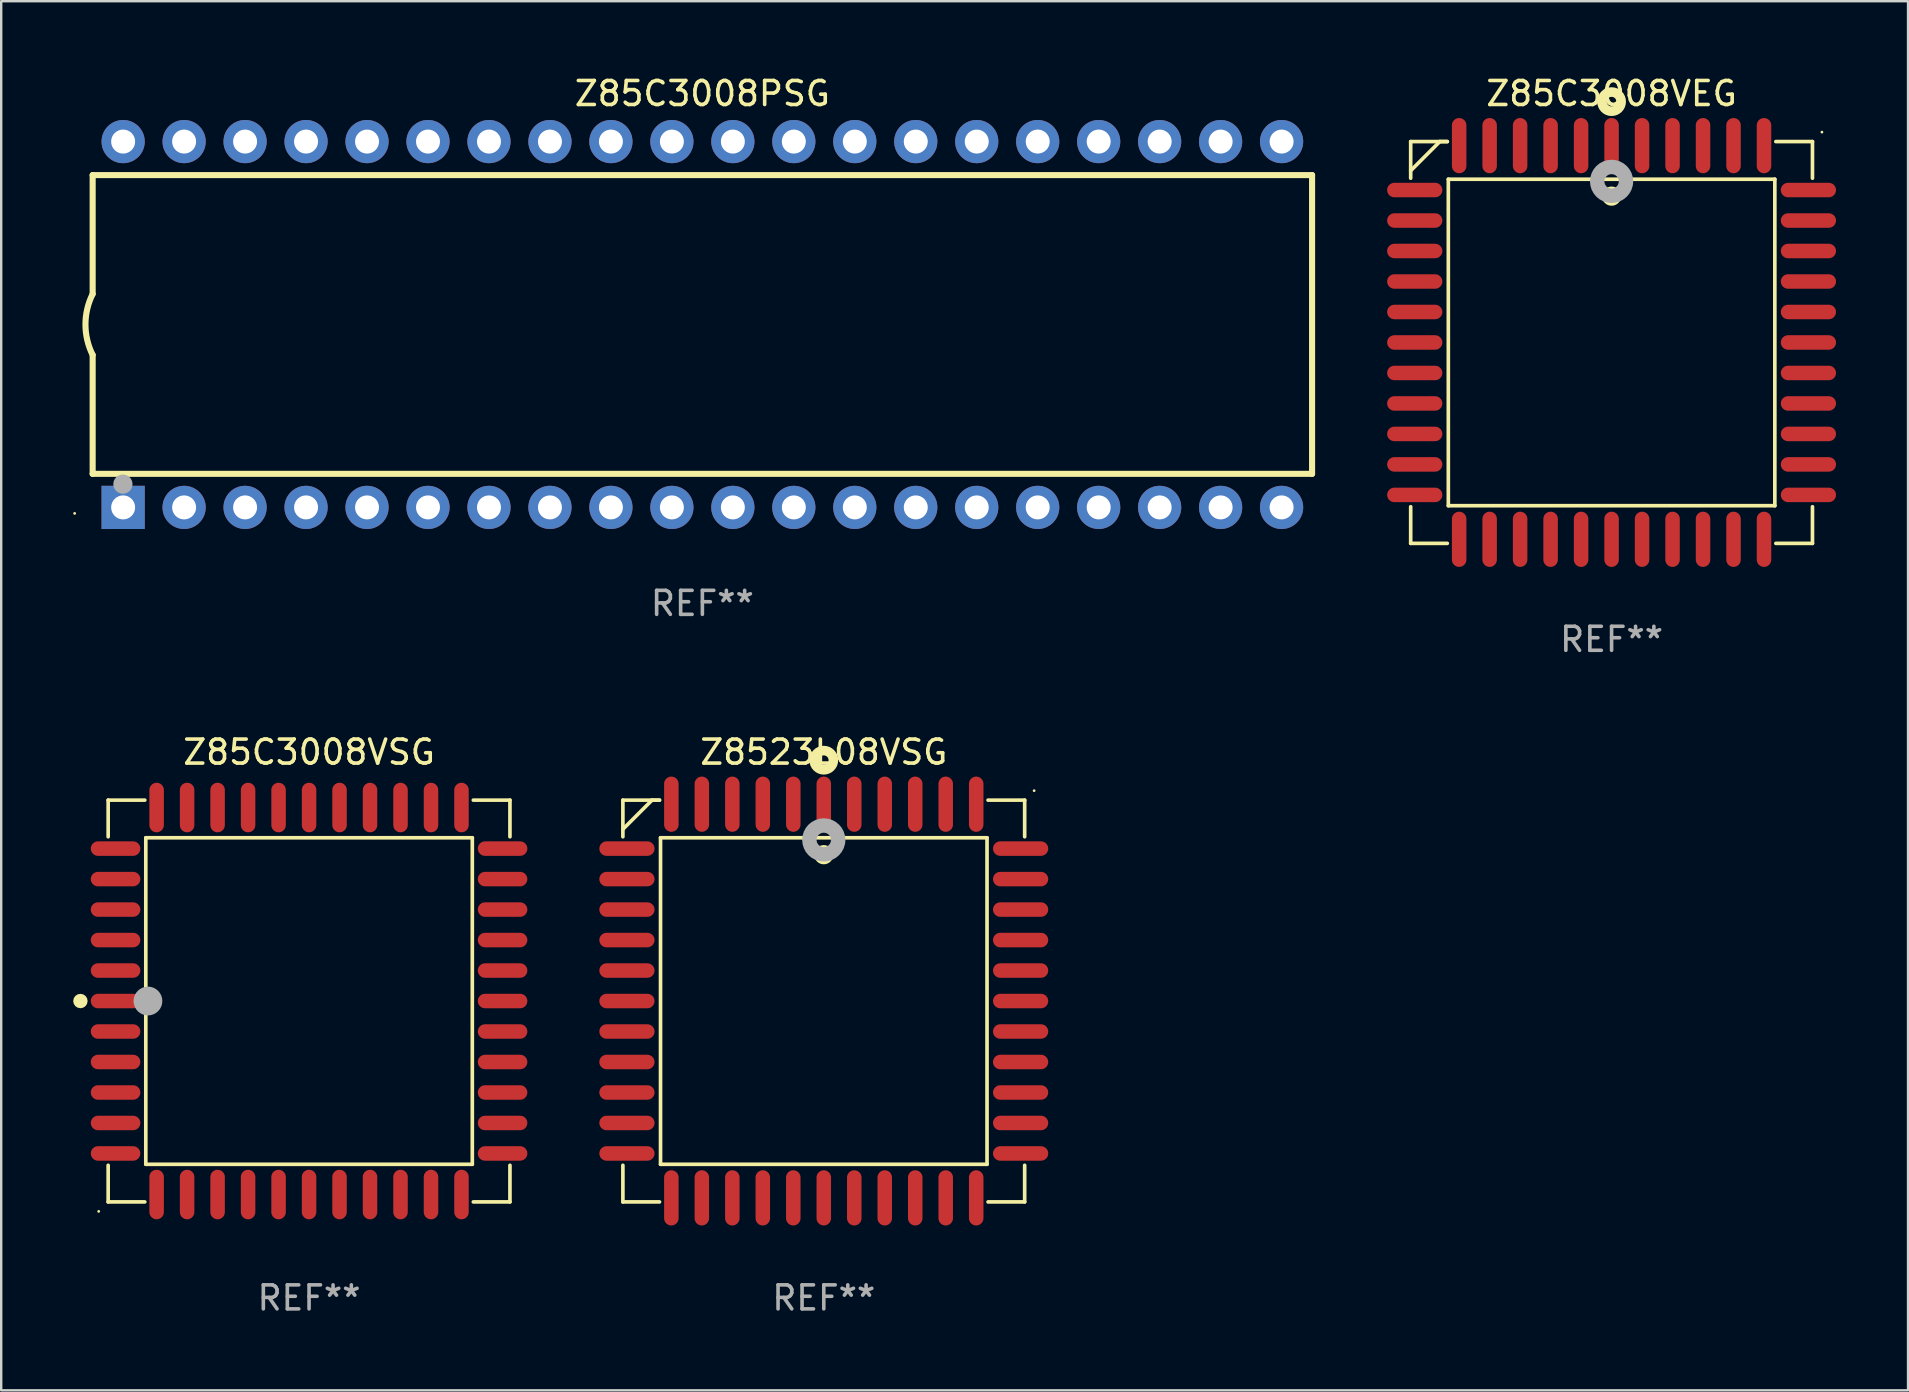
<source format=kicad_pcb>
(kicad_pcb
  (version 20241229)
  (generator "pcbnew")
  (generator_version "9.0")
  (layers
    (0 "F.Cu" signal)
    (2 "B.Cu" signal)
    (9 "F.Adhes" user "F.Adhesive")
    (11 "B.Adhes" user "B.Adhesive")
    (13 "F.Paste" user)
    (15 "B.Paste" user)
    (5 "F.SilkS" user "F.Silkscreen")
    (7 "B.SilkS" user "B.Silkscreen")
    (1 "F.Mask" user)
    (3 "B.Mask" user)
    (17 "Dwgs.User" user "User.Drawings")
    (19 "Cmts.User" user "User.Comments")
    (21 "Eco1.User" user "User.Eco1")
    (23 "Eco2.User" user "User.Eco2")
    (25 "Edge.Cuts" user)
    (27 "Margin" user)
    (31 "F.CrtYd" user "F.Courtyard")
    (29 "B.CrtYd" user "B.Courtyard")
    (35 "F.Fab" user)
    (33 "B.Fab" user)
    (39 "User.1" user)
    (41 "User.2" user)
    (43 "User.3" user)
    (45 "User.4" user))
  (footprint "Z85C3008PSG"
    (layer "F.Cu")
    (at 26.21 10.468)
    (property "Reference" "Z85C3008PSG" (at 0 -9.62 0) (layer "F.SilkS") (effects (font (size 1 1) (thickness 0.15))))
    (attr through_hole)
    (fp_line (start -25.4 -6.224) (end -25.4 -1.271) (stroke (width 0.254) (type solid)) (layer "F.SilkS"))
    (fp_line (start -25.4 -6.224) (end 25.4 -6.224) (stroke (width 0.254) (type solid)) (layer "F.SilkS"))
    (fp_line (start -25.4 1.269) (end -25.4 6.222) (stroke (width 0.254) (type solid)) (layer "F.SilkS"))
    (fp_line (start -25.4 6.222) (end 25.4 6.222) (stroke (width 0.254) (type solid)) (layer "F.SilkS"))
    (fp_line (start 25.4 6.222) (end 25.4 -6.224) (stroke (width 0.254) (type solid)) (layer "F.SilkS"))
    (fp_arc (start -25.4 1.269241) (mid -25.699807 -0.000762) (end -25.4 -1.270765) (stroke (width 0.254001) (type solid)) (layer "F.SilkS"))
    (fp_circle (center -26.15 7.87) (end -26.12 7.87) (stroke (width 0.06) (type solid)) (fill no) (layer "F.SilkS"))
    (fp_circle (center -24.14 6.65) (end -23.94 6.65) (stroke (width 0.4) (type solid)) (fill no) (layer "F.Fab"))
    (fp_text user "REF**" (at 0 11.62 0) (layer "F.Fab") (effects (font (size 1 1) (thickness 0.15))))
    (pad "1" thru_hole rect (at -24.13 7.62 90) (size 1.8 1.8) (drill 1) (layers "*.Cu" "*.Mask"))
    (pad "2" thru_hole circle (at -21.59 7.62) (size 1.8 1.8) (drill 1) (layers "*.Cu" "*.Mask"))
    (pad "3" thru_hole circle (at -19.05 7.62) (size 1.8 1.8) (drill 1) (layers "*.Cu" "*.Mask"))
    (pad "4" thru_hole circle (at -16.51 7.62) (size 1.8 1.8) (drill 1) (layers "*.Cu" "*.Mask"))
    (pad "5" thru_hole circle (at -13.97 7.62) (size 1.8 1.8) (drill 1) (layers "*.Cu" "*.Mask"))
    (pad "6" thru_hole circle (at -11.43 7.62) (size 1.8 1.8) (drill 1) (layers "*.Cu" "*.Mask"))
    (pad "7" thru_hole circle (at -8.89 7.62) (size 1.8 1.8) (drill 1) (layers "*.Cu" "*.Mask"))
    (pad "8" thru_hole circle (at -6.35 7.62) (size 1.8 1.8) (drill 1) (layers "*.Cu" "*.Mask"))
    (pad "9" thru_hole circle (at -3.81 7.62) (size 1.8 1.8) (drill 1) (layers "*.Cu" "*.Mask"))
    (pad "10" thru_hole circle (at -1.27 7.62) (size 1.8 1.8) (drill 1) (layers "*.Cu" "*.Mask"))
    (pad "11" thru_hole circle (at 1.27 7.62) (size 1.8 1.8) (drill 1) (layers "*.Cu" "*.Mask"))
    (pad "12" thru_hole circle (at 3.81 7.62) (size 1.8 1.8) (drill 1) (layers "*.Cu" "*.Mask"))
    (pad "13" thru_hole circle (at 6.35 7.62) (size 1.8 1.8) (drill 1) (layers "*.Cu" "*.Mask"))
    (pad "14" thru_hole circle (at 8.89 7.62) (size 1.8 1.8) (drill 1) (layers "*.Cu" "*.Mask"))
    (pad "15" thru_hole circle (at 11.43 7.62) (size 1.8 1.8) (drill 1) (layers "*.Cu" "*.Mask"))
    (pad "16" thru_hole circle (at 13.97 7.62) (size 1.8 1.8) (drill 1) (layers "*.Cu" "*.Mask"))
    (pad "17" thru_hole circle (at 16.51 7.62) (size 1.8 1.8) (drill 1) (layers "*.Cu" "*.Mask"))
    (pad "18" thru_hole circle (at 19.05 7.62) (size 1.8 1.8) (drill 1) (layers "*.Cu" "*.Mask"))
    (pad "19" thru_hole circle (at 21.59 7.62) (size 1.8 1.8) (drill 1) (layers "*.Cu" "*.Mask"))
    (pad "20" thru_hole circle (at 24.13 7.62) (size 1.8 1.8) (drill 1) (layers "*.Cu" "*.Mask"))
    (pad "21" thru_hole circle (at 24.13 -7.62) (size 1.8 1.8) (drill 1) (layers "*.Cu" "*.Mask"))
    (pad "22" thru_hole circle (at 21.59 -7.62) (size 1.8 1.8) (drill 1) (layers "*.Cu" "*.Mask"))
    (pad "23" thru_hole circle (at 19.05 -7.62) (size 1.8 1.8) (drill 1) (layers "*.Cu" "*.Mask"))
    (pad "24" thru_hole circle (at 16.51 -7.62) (size 1.8 1.8) (drill 1) (layers "*.Cu" "*.Mask"))
    (pad "25" thru_hole circle (at 13.97 -7.62) (size 1.8 1.8) (drill 1) (layers "*.Cu" "*.Mask"))
    (pad "26" thru_hole circle (at 11.43 -7.62) (size 1.8 1.8) (drill 1) (layers "*.Cu" "*.Mask"))
    (pad "27" thru_hole circle (at 8.89 -7.62) (size 1.8 1.8) (drill 1) (layers "*.Cu" "*.Mask"))
    (pad "28" thru_hole circle (at 6.35 -7.62) (size 1.8 1.8) (drill 1) (layers "*.Cu" "*.Mask"))
    (pad "29" thru_hole circle (at 3.81 -7.62) (size 1.8 1.8) (drill 1) (layers "*.Cu" "*.Mask"))
    (pad "30" thru_hole circle (at 1.27 -7.62) (size 1.8 1.8) (drill 1) (layers "*.Cu" "*.Mask"))
    (pad "31" thru_hole circle (at -1.27 -7.62) (size 1.8 1.8) (drill 1) (layers "*.Cu" "*.Mask"))
    (pad "32" thru_hole circle (at -3.81 -7.62) (size 1.8 1.8) (drill 1) (layers "*.Cu" "*.Mask"))
    (pad "33" thru_hole circle (at -6.35 -7.62) (size 1.8 1.8) (drill 1) (layers "*.Cu" "*.Mask"))
    (pad "34" thru_hole circle (at -8.89 -7.62) (size 1.8 1.8) (drill 1) (layers "*.Cu" "*.Mask"))
    (pad "35" thru_hole circle (at -11.43 -7.62) (size 1.8 1.8) (drill 1) (layers "*.Cu" "*.Mask"))
    (pad "36" thru_hole circle (at -13.97 -7.62) (size 1.8 1.8) (drill 1) (layers "*.Cu" "*.Mask"))
    (pad "37" thru_hole circle (at -16.51 -7.62) (size 1.8 1.8) (drill 1) (layers "*.Cu" "*.Mask"))
    (pad "38" thru_hole circle (at -19.05 -7.62) (size 1.8 1.8) (drill 1) (layers "*.Cu" "*.Mask"))
    (pad "39" thru_hole circle (at -21.59 -7.62) (size 1.8 1.8) (drill 1) (layers "*.Cu" "*.Mask"))
    (pad "40" thru_hole circle (at -24.13 -7.62) (size 1.8 1.8) (drill 1) (layers "*.Cu" "*.Mask")))
  (footprint "Z85C3008VEG"
    (layer "F.Cu")
    (at 64.087 11.217)
    (property "Reference" "Z85C3008VEG" (at 0 -10.369 0) (layer "F.SilkS") (effects (font (size 1 1) (thickness 0.15))))
    (attr through_hole)
    (fp_line (start -8.369 -8.369) (end -8.369 -6.843) (stroke (width 0.152) (type solid)) (layer "F.SilkS"))
    (fp_line (start -8.369 8.369) (end -8.369 6.843) (stroke (width 0.152) (type solid)) (layer "F.SilkS"))
    (fp_line (start -7.156 -8.369) (end -8.369 -7.156) (stroke (width 0.152) (type solid)) (layer "F.SilkS"))
    (fp_line (start -6.843 -8.369) (end -8.369 -8.369) (stroke (width 0.152) (type solid)) (layer "F.SilkS"))
    (fp_line (start -6.843 -8.369) (end -7.156 -8.369) (stroke (width 0.152) (type solid)) (layer "F.SilkS"))
    (fp_line (start -6.843 8.369) (end -8.369 8.369) (stroke (width 0.152) (type solid)) (layer "F.SilkS"))
    (fp_line (start -6.801 -6.801) (end 6.801 -6.801) (stroke (width 0.152) (type solid)) (layer "F.SilkS"))
    (fp_line (start -6.801 6.801) (end -6.801 -6.801) (stroke (width 0.152) (type solid)) (layer "F.SilkS"))
    (fp_line (start 6.801 -6.801) (end 6.801 6.801) (stroke (width 0.152) (type solid)) (layer "F.SilkS"))
    (fp_line (start 6.801 6.801) (end -6.801 6.801) (stroke (width 0.152) (type solid)) (layer "F.SilkS"))
    (fp_line (start 6.843 -8.369) (end 8.369 -8.369) (stroke (width 0.152) (type solid)) (layer "F.SilkS"))
    (fp_line (start 6.843 8.369) (end 8.369 8.369) (stroke (width 0.152) (type solid)) (layer "F.SilkS"))
    (fp_line (start 8.369 -8.369) (end 8.369 -6.843) (stroke (width 0.152) (type solid)) (layer "F.SilkS"))
    (fp_line (start 8.369 8.369) (end 8.369 6.843) (stroke (width 0.152) (type solid)) (layer "F.SilkS"))
    (fp_circle (center -0.000013 -6.096) (end 0.2 -6.096) (stroke (width 0.4) (type solid)) (fill no) (layer "F.SilkS"))
    (fp_circle (center 0.000114 -10.033) (end 0.2 -10.033) (stroke (width 0.4) (type solid)) (fill no) (layer "F.SilkS"))
    (fp_circle (center 8.763 -8.763) (end 8.793 -8.763) (stroke (width 0.06) (type solid)) (fill no) (layer "F.SilkS"))
    (fp_circle (center 0.000114 -6.712) (end 0.3 -6.712) (stroke (width 0.6) (type solid)) (fill no) (layer "F.Fab"))
    (fp_text user "REF**" (at 0 12.369 0) (layer "F.Fab") (effects (font (size 1 1) (thickness 0.15))))
    (pad "1" smd oval (at 0.000114 -8.2) (size 0.604 2.3) (layers "F.Cu" "F.Mask" "F.Paste"))
    (pad "2" smd oval (at -1.27 -8.2) (size 0.604 2.3) (layers "F.Cu" "F.Mask" "F.Paste"))
    (pad "3" smd oval (at -2.54 -8.2) (size 0.604 2.3) (layers "F.Cu" "F.Mask" "F.Paste"))
    (pad "4" smd oval (at -3.81 -8.2) (size 0.604 2.3) (layers "F.Cu" "F.Mask" "F.Paste"))
    (pad "5" smd oval (at -5.08 -8.2) (size 0.604 2.3) (layers "F.Cu" "F.Mask" "F.Paste"))
    (pad "6" smd oval (at -6.35 -8.2) (size 0.604 2.3) (layers "F.Cu" "F.Mask" "F.Paste"))
    (pad "7" smd oval (at -8.2 -6.35) (size 2.3 0.604) (layers "F.Cu" "F.Mask" "F.Paste"))
    (pad "8" smd oval (at -8.2 -5.08) (size 2.3 0.604) (layers "F.Cu" "F.Mask" "F.Paste"))
    (pad "9" smd oval (at -8.2 -3.81) (size 2.3 0.604) (layers "F.Cu" "F.Mask" "F.Paste"))
    (pad "10" smd oval (at -8.2 -2.54) (size 2.3 0.604) (layers "F.Cu" "F.Mask" "F.Paste"))
    (pad "11" smd oval (at -8.2 -1.27) (size 2.3 0.604) (layers "F.Cu" "F.Mask" "F.Paste"))
    (pad "12" smd oval (at -8.2 0.000127) (size 2.3 0.604) (layers "F.Cu" "F.Mask" "F.Paste"))
    (pad "13" smd oval (at -8.2 1.27) (size 2.3 0.604) (layers "F.Cu" "F.Mask" "F.Paste"))
    (pad "14" smd oval (at -8.2 2.54) (size 2.3 0.604) (layers "F.Cu" "F.Mask" "F.Paste"))
    (pad "15" smd oval (at -8.2 3.81) (size 2.3 0.604) (layers "F.Cu" "F.Mask" "F.Paste"))
    (pad "16" smd oval (at -8.2 5.08) (size 2.3 0.604) (layers "F.Cu" "F.Mask" "F.Paste"))
    (pad "17" smd oval (at -8.2 6.35) (size 2.3 0.604) (layers "F.Cu" "F.Mask" "F.Paste"))
    (pad "18" smd oval (at -6.35 8.2) (size 0.604 2.3) (layers "F.Cu" "F.Mask" "F.Paste"))
    (pad "19" smd oval (at -5.08 8.2) (size 0.604 2.3) (layers "F.Cu" "F.Mask" "F.Paste"))
    (pad "20" smd oval (at -3.81 8.2) (size 0.604 2.3) (layers "F.Cu" "F.Mask" "F.Paste"))
    (pad "21" smd oval (at -2.54 8.2) (size 0.604 2.3) (layers "F.Cu" "F.Mask" "F.Paste"))
    (pad "22" smd oval (at -1.27 8.2) (size 0.604 2.3) (layers "F.Cu" "F.Mask" "F.Paste"))
    (pad "23" smd oval (at 0.000114 8.2) (size 0.604 2.3) (layers "F.Cu" "F.Mask" "F.Paste"))
    (pad "24" smd oval (at 1.27 8.2) (size 0.604 2.3) (layers "F.Cu" "F.Mask" "F.Paste"))
    (pad "25" smd oval (at 2.54 8.2) (size 0.604 2.3) (layers "F.Cu" "F.Mask" "F.Paste"))
    (pad "26" smd oval (at 3.81 8.2) (size 0.604 2.3) (layers "F.Cu" "F.Mask" "F.Paste"))
    (pad "27" smd oval (at 5.08 8.2) (size 0.604 2.3) (layers "F.Cu" "F.Mask" "F.Paste"))
    (pad "28" smd oval (at 6.35 8.2) (size 0.604 2.3) (layers "F.Cu" "F.Mask" "F.Paste"))
    (pad "29" smd oval (at 8.2 6.35) (size 2.3 0.604) (layers "F.Cu" "F.Mask" "F.Paste"))
    (pad "30" smd oval (at 8.2 5.08) (size 2.3 0.604) (layers "F.Cu" "F.Mask" "F.Paste"))
    (pad "31" smd oval (at 8.2 3.81) (size 2.3 0.604) (layers "F.Cu" "F.Mask" "F.Paste"))
    (pad "32" smd oval (at 8.2 2.54) (size 2.3 0.604) (layers "F.Cu" "F.Mask" "F.Paste"))
    (pad "33" smd oval (at 8.2 1.27) (size 2.3 0.604) (layers "F.Cu" "F.Mask" "F.Paste"))
    (pad "34" smd oval (at 8.2 0.000127) (size 2.3 0.604) (layers "F.Cu" "F.Mask" "F.Paste"))
    (pad "35" smd oval (at 8.2 -1.27) (size 2.3 0.604) (layers "F.Cu" "F.Mask" "F.Paste"))
    (pad "36" smd oval (at 8.2 -2.54) (size 2.3 0.604) (layers "F.Cu" "F.Mask" "F.Paste"))
    (pad "37" smd oval (at 8.2 -3.81) (size 2.3 0.604) (layers "F.Cu" "F.Mask" "F.Paste"))
    (pad "38" smd oval (at 8.2 -5.08) (size 2.3 0.604) (layers "F.Cu" "F.Mask" "F.Paste"))
    (pad "39" smd oval (at 8.2 -6.35) (size 2.3 0.604) (layers "F.Cu" "F.Mask" "F.Paste"))
    (pad "40" smd oval (at 6.35 -8.2) (size 0.604 2.3) (layers "F.Cu" "F.Mask" "F.Paste"))
    (pad "41" smd oval (at 5.08 -8.2) (size 0.604 2.3) (layers "F.Cu" "F.Mask" "F.Paste"))
    (pad "42" smd oval (at 3.81 -8.2) (size 0.604 2.3) (layers "F.Cu" "F.Mask" "F.Paste"))
    (pad "43" smd oval (at 2.54 -8.2) (size 0.604 2.3) (layers "F.Cu" "F.Mask" "F.Paste"))
    (pad "44" smd oval (at 1.27 -8.2) (size 0.604 2.3) (layers "F.Cu" "F.Mask" "F.Paste")))
  (footprint "Z8523L08VSG"
    (layer "F.Cu")
    (at 31.268 38.652)
    (property "Reference" "Z8523L08VSG" (at 0 -10.369 0) (layer "F.SilkS") (effects (font (size 1 1) (thickness 0.15))))
    (attr through_hole)
    (fp_line (start -8.369 -8.369) (end -8.369 -6.843) (stroke (width 0.152) (type solid)) (layer "F.SilkS"))
    (fp_line (start -8.369 8.369) (end -8.369 6.843) (stroke (width 0.152) (type solid)) (layer "F.SilkS"))
    (fp_line (start -7.156 -8.369) (end -8.369 -7.156) (stroke (width 0.152) (type solid)) (layer "F.SilkS"))
    (fp_line (start -6.843 -8.369) (end -8.369 -8.369) (stroke (width 0.152) (type solid)) (layer "F.SilkS"))
    (fp_line (start -6.843 -8.369) (end -7.156 -8.369) (stroke (width 0.152) (type solid)) (layer "F.SilkS"))
    (fp_line (start -6.843 8.369) (end -8.369 8.369) (stroke (width 0.152) (type solid)) (layer "F.SilkS"))
    (fp_line (start -6.801 -6.801) (end 6.801 -6.801) (stroke (width 0.152) (type solid)) (layer "F.SilkS"))
    (fp_line (start -6.801 6.801) (end -6.801 -6.801) (stroke (width 0.152) (type solid)) (layer "F.SilkS"))
    (fp_line (start 6.801 -6.801) (end 6.801 6.801) (stroke (width 0.152) (type solid)) (layer "F.SilkS"))
    (fp_line (start 6.801 6.801) (end -6.801 6.801) (stroke (width 0.152) (type solid)) (layer "F.SilkS"))
    (fp_line (start 6.843 -8.369) (end 8.369 -8.369) (stroke (width 0.152) (type solid)) (layer "F.SilkS"))
    (fp_line (start 6.843 8.369) (end 8.369 8.369) (stroke (width 0.152) (type solid)) (layer "F.SilkS"))
    (fp_line (start 8.369 -8.369) (end 8.369 -6.843) (stroke (width 0.152) (type solid)) (layer "F.SilkS"))
    (fp_line (start 8.369 8.369) (end 8.369 6.843) (stroke (width 0.152) (type solid)) (layer "F.SilkS"))
    (fp_circle (center -0.000013 -6.096) (end 0.2 -6.096) (stroke (width 0.4) (type solid)) (fill no) (layer "F.SilkS"))
    (fp_circle (center 0.000114 -10.033) (end 0.2 -10.033) (stroke (width 0.4) (type solid)) (fill no) (layer "F.SilkS"))
    (fp_circle (center 8.763 -8.763) (end 8.793 -8.763) (stroke (width 0.06) (type solid)) (fill no) (layer "F.SilkS"))
    (fp_circle (center 0.000114 -6.712) (end 0.3 -6.712) (stroke (width 0.6) (type solid)) (fill no) (layer "F.Fab"))
    (fp_text user "REF**" (at 0 12.369 0) (layer "F.Fab") (effects (font (size 1 1) (thickness 0.15))))
    (pad "1" smd oval (at 0.000114 -8.2) (size 0.604 2.3) (layers "F.Cu" "F.Mask" "F.Paste"))
    (pad "2" smd oval (at -1.27 -8.2) (size 0.604 2.3) (layers "F.Cu" "F.Mask" "F.Paste"))
    (pad "3" smd oval (at -2.54 -8.2) (size 0.604 2.3) (layers "F.Cu" "F.Mask" "F.Paste"))
    (pad "4" smd oval (at -3.81 -8.2) (size 0.604 2.3) (layers "F.Cu" "F.Mask" "F.Paste"))
    (pad "5" smd oval (at -5.08 -8.2) (size 0.604 2.3) (layers "F.Cu" "F.Mask" "F.Paste"))
    (pad "6" smd oval (at -6.35 -8.2) (size 0.604 2.3) (layers "F.Cu" "F.Mask" "F.Paste"))
    (pad "7" smd oval (at -8.2 -6.35) (size 2.3 0.604) (layers "F.Cu" "F.Mask" "F.Paste"))
    (pad "8" smd oval (at -8.2 -5.08) (size 2.3 0.604) (layers "F.Cu" "F.Mask" "F.Paste"))
    (pad "9" smd oval (at -8.2 -3.81) (size 2.3 0.604) (layers "F.Cu" "F.Mask" "F.Paste"))
    (pad "10" smd oval (at -8.2 -2.54) (size 2.3 0.604) (layers "F.Cu" "F.Mask" "F.Paste"))
    (pad "11" smd oval (at -8.2 -1.27) (size 2.3 0.604) (layers "F.Cu" "F.Mask" "F.Paste"))
    (pad "12" smd oval (at -8.2 0.000127) (size 2.3 0.604) (layers "F.Cu" "F.Mask" "F.Paste"))
    (pad "13" smd oval (at -8.2 1.27) (size 2.3 0.604) (layers "F.Cu" "F.Mask" "F.Paste"))
    (pad "14" smd oval (at -8.2 2.54) (size 2.3 0.604) (layers "F.Cu" "F.Mask" "F.Paste"))
    (pad "15" smd oval (at -8.2 3.81) (size 2.3 0.604) (layers "F.Cu" "F.Mask" "F.Paste"))
    (pad "16" smd oval (at -8.2 5.08) (size 2.3 0.604) (layers "F.Cu" "F.Mask" "F.Paste"))
    (pad "17" smd oval (at -8.2 6.35) (size 2.3 0.604) (layers "F.Cu" "F.Mask" "F.Paste"))
    (pad "18" smd oval (at -6.35 8.2) (size 0.604 2.3) (layers "F.Cu" "F.Mask" "F.Paste"))
    (pad "19" smd oval (at -5.08 8.2) (size 0.604 2.3) (layers "F.Cu" "F.Mask" "F.Paste"))
    (pad "20" smd oval (at -3.81 8.2) (size 0.604 2.3) (layers "F.Cu" "F.Mask" "F.Paste"))
    (pad "21" smd oval (at -2.54 8.2) (size 0.604 2.3) (layers "F.Cu" "F.Mask" "F.Paste"))
    (pad "22" smd oval (at -1.27 8.2) (size 0.604 2.3) (layers "F.Cu" "F.Mask" "F.Paste"))
    (pad "23" smd oval (at 0.000114 8.2) (size 0.604 2.3) (layers "F.Cu" "F.Mask" "F.Paste"))
    (pad "24" smd oval (at 1.27 8.2) (size 0.604 2.3) (layers "F.Cu" "F.Mask" "F.Paste"))
    (pad "25" smd oval (at 2.54 8.2) (size 0.604 2.3) (layers "F.Cu" "F.Mask" "F.Paste"))
    (pad "26" smd oval (at 3.81 8.2) (size 0.604 2.3) (layers "F.Cu" "F.Mask" "F.Paste"))
    (pad "27" smd oval (at 5.08 8.2) (size 0.604 2.3) (layers "F.Cu" "F.Mask" "F.Paste"))
    (pad "28" smd oval (at 6.35 8.2) (size 0.604 2.3) (layers "F.Cu" "F.Mask" "F.Paste"))
    (pad "29" smd oval (at 8.2 6.35) (size 2.3 0.604) (layers "F.Cu" "F.Mask" "F.Paste"))
    (pad "30" smd oval (at 8.2 5.08) (size 2.3 0.604) (layers "F.Cu" "F.Mask" "F.Paste"))
    (pad "31" smd oval (at 8.2 3.81) (size 2.3 0.604) (layers "F.Cu" "F.Mask" "F.Paste"))
    (pad "32" smd oval (at 8.2 2.54) (size 2.3 0.604) (layers "F.Cu" "F.Mask" "F.Paste"))
    (pad "33" smd oval (at 8.2 1.27) (size 2.3 0.604) (layers "F.Cu" "F.Mask" "F.Paste"))
    (pad "34" smd oval (at 8.2 0.000127) (size 2.3 0.604) (layers "F.Cu" "F.Mask" "F.Paste"))
    (pad "35" smd oval (at 8.2 -1.27) (size 2.3 0.604) (layers "F.Cu" "F.Mask" "F.Paste"))
    (pad "36" smd oval (at 8.2 -2.54) (size 2.3 0.604) (layers "F.Cu" "F.Mask" "F.Paste"))
    (pad "37" smd oval (at 8.2 -3.81) (size 2.3 0.604) (layers "F.Cu" "F.Mask" "F.Paste"))
    (pad "38" smd oval (at 8.2 -5.08) (size 2.3 0.604) (layers "F.Cu" "F.Mask" "F.Paste"))
    (pad "39" smd oval (at 8.2 -6.35) (size 2.3 0.604) (layers "F.Cu" "F.Mask" "F.Paste"))
    (pad "40" smd oval (at 6.35 -8.2) (size 0.604 2.3) (layers "F.Cu" "F.Mask" "F.Paste"))
    (pad "41" smd oval (at 5.08 -8.2) (size 0.604 2.3) (layers "F.Cu" "F.Mask" "F.Paste"))
    (pad "42" smd oval (at 3.81 -8.2) (size 0.604 2.3) (layers "F.Cu" "F.Mask" "F.Paste"))
    (pad "43" smd oval (at 2.54 -8.2) (size 0.604 2.3) (layers "F.Cu" "F.Mask" "F.Paste"))
    (pad "44" smd oval (at 1.27 -8.2) (size 0.604 2.3) (layers "F.Cu" "F.Mask" "F.Paste")))
  (footprint "Z85C3008VSG"
    (layer "F.Cu")
    (at 9.825 38.652)
    (property "Reference" "Z85C3008VSG" (at 0 -10.369 0) (layer "F.SilkS") (effects (font (size 1 1) (thickness 0.15))))
    (attr through_hole)
    (fp_line (start -8.369 -8.369) (end -6.843 -8.369) (stroke (width 0.152) (type solid)) (layer "F.SilkS"))
    (fp_line (start -8.369 -6.843) (end -8.369 -8.369) (stroke (width 0.152) (type solid)) (layer "F.SilkS"))
    (fp_line (start -8.369 6.843) (end -8.369 8.369) (stroke (width 0.152) (type solid)) (layer "F.SilkS"))
    (fp_line (start -8.369 8.369) (end -6.843 8.369) (stroke (width 0.152) (type solid)) (layer "F.SilkS"))
    (fp_line (start -6.801 -6.801) (end 6.801 -6.801) (stroke (width 0.152) (type solid)) (layer "F.SilkS"))
    (fp_line (start -6.801 6.801) (end -6.801 -6.801) (stroke (width 0.152) (type solid)) (layer "F.SilkS"))
    (fp_line (start 6.801 -6.801) (end 6.801 6.801) (stroke (width 0.152) (type solid)) (layer "F.SilkS"))
    (fp_line (start 6.801 6.801) (end -6.801 6.801) (stroke (width 0.152) (type solid)) (layer "F.SilkS"))
    (fp_line (start 8.369 -8.369) (end 6.843 -8.369) (stroke (width 0.152) (type solid)) (layer "F.SilkS"))
    (fp_line (start 8.369 -6.843) (end 8.369 -8.369) (stroke (width 0.152) (type solid)) (layer "F.SilkS"))
    (fp_line (start 8.369 6.843) (end 8.369 8.369) (stroke (width 0.152) (type solid)) (layer "F.SilkS"))
    (fp_line (start 8.369 8.369) (end 6.843 8.369) (stroke (width 0.152) (type solid)) (layer "F.SilkS"))
    (fp_circle (center -9.525 -0.000127) (end -9.375 -0.000127) (stroke (width 0.3) (type solid)) (fill no) (layer "F.SilkS"))
    (fp_circle (center -8.763 8.763) (end -8.733 8.763) (stroke (width 0.06) (type solid)) (fill no) (layer "F.SilkS"))
    (fp_circle (center -6.712 -0.000127) (end -6.412 -0.000127) (stroke (width 0.6) (type solid)) (fill no) (layer "F.Fab"))
    (fp_text user "REF**" (at 0 12.369 0) (layer "F.Fab") (effects (font (size 1 1) (thickness 0.15))))
    (pad "1" smd oval (at -8.061 -0.000127 90) (size 0.604 2.064) (layers "F.Cu" "F.Mask" "F.Paste"))
    (pad "2" smd oval (at -8.061 1.27 90) (size 0.604 2.064) (layers "F.Cu" "F.Mask" "F.Paste"))
    (pad "3" smd oval (at -8.061 2.54 90) (size 0.604 2.064) (layers "F.Cu" "F.Mask" "F.Paste"))
    (pad "4" smd oval (at -8.061 3.81 90) (size 0.604 2.064) (layers "F.Cu" "F.Mask" "F.Paste"))
    (pad "5" smd oval (at -8.061 5.08 90) (size 0.604 2.064) (layers "F.Cu" "F.Mask" "F.Paste"))
    (pad "6" smd oval (at -8.061 6.35 90) (size 0.604 2.064) (layers "F.Cu" "F.Mask" "F.Paste"))
    (pad "7" smd oval (at -6.35 8.061 90) (size 2.064 0.604) (layers "F.Cu" "F.Mask" "F.Paste"))
    (pad "8" smd oval (at -5.08 8.061 90) (size 2.064 0.604) (layers "F.Cu" "F.Mask" "F.Paste"))
    (pad "9" smd oval (at -3.81 8.061 90) (size 2.064 0.604) (layers "F.Cu" "F.Mask" "F.Paste"))
    (pad "10" smd oval (at -2.54 8.061 90) (size 2.064 0.604) (layers "F.Cu" "F.Mask" "F.Paste"))
    (pad "11" smd oval (at -1.27 8.061 90) (size 2.064 0.604) (layers "F.Cu" "F.Mask" "F.Paste"))
    (pad "12" smd oval (at 0.000076 8.061 90) (size 2.064 0.604) (layers "F.Cu" "F.Mask" "F.Paste"))
    (pad "13" smd oval (at 1.27 8.061 90) (size 2.064 0.604) (layers "F.Cu" "F.Mask" "F.Paste"))
    (pad "14" smd oval (at 2.54 8.061 90) (size 2.064 0.604) (layers "F.Cu" "F.Mask" "F.Paste"))
    (pad "15" smd oval (at 3.81 8.061 90) (size 2.064 0.604) (layers "F.Cu" "F.Mask" "F.Paste"))
    (pad "16" smd oval (at 5.08 8.061 90) (size 2.064 0.604) (layers "F.Cu" "F.Mask" "F.Paste"))
    (pad "17" smd oval (at 6.35 8.061 90) (size 2.064 0.604) (layers "F.Cu" "F.Mask" "F.Paste"))
    (pad "18" smd oval (at 8.062 6.35 90) (size 0.604 2.064) (layers "F.Cu" "F.Mask" "F.Paste"))
    (pad "19" smd oval (at 8.062 5.08 90) (size 0.604 2.064) (layers "F.Cu" "F.Mask" "F.Paste"))
    (pad "20" smd oval (at 8.062 3.81 90) (size 0.604 2.064) (layers "F.Cu" "F.Mask" "F.Paste"))
    (pad "21" smd oval (at 8.062 2.54 90) (size 0.604 2.064) (layers "F.Cu" "F.Mask" "F.Paste"))
    (pad "22" smd oval (at 8.062 1.27 90) (size 0.604 2.064) (layers "F.Cu" "F.Mask" "F.Paste"))
    (pad "23" smd oval (at 8.062 -0.000127 90) (size 0.604 2.064) (layers "F.Cu" "F.Mask" "F.Paste"))
    (pad "24" smd oval (at 8.062 -1.27 90) (size 0.604 2.064) (layers "F.Cu" "F.Mask" "F.Paste"))
    (pad "25" smd oval (at 8.062 -2.54 90) (size 0.604 2.064) (layers "F.Cu" "F.Mask" "F.Paste"))
    (pad "26" smd oval (at 8.062 -3.81 90) (size 0.604 2.064) (layers "F.Cu" "F.Mask" "F.Paste"))
    (pad "27" smd oval (at 8.062 -5.08 90) (size 0.604 2.064) (layers "F.Cu" "F.Mask" "F.Paste"))
    (pad "28" smd oval (at 8.062 -6.35 90) (size 0.604 2.064) (layers "F.Cu" "F.Mask" "F.Paste"))
    (pad "29" smd oval (at 6.35 -8.061 90) (size 2.064 0.604) (layers "F.Cu" "F.Mask" "F.Paste"))
    (pad "30" smd oval (at 5.08 -8.061 90) (size 2.064 0.604) (layers "F.Cu" "F.Mask" "F.Paste"))
    (pad "31" smd oval (at 3.81 -8.061 90) (size 2.064 0.604) (layers "F.Cu" "F.Mask" "F.Paste"))
    (pad "32" smd oval (at 2.54 -8.061 90) (size 2.064 0.604) (layers "F.Cu" "F.Mask" "F.Paste"))
    (pad "33" smd oval (at 1.27 -8.061 90) (size 2.064 0.604) (layers "F.Cu" "F.Mask" "F.Paste"))
    (pad "34" smd oval (at 0.000076 -8.061 90) (size 2.064 0.604) (layers "F.Cu" "F.Mask" "F.Paste"))
    (pad "35" smd oval (at -1.27 -8.061 90) (size 2.064 0.604) (layers "F.Cu" "F.Mask" "F.Paste"))
    (pad "36" smd oval (at -2.54 -8.061 90) (size 2.064 0.604) (layers "F.Cu" "F.Mask" "F.Paste"))
    (pad "37" smd oval (at -3.81 -8.061 90) (size 2.064 0.604) (layers "F.Cu" "F.Mask" "F.Paste"))
    (pad "38" smd oval (at -5.08 -8.061 90) (size 2.064 0.604) (layers "F.Cu" "F.Mask" "F.Paste"))
    (pad "39" smd oval (at -6.35 -8.061 90) (size 2.064 0.604) (layers "F.Cu" "F.Mask" "F.Paste"))
    (pad "40" smd oval (at -8.061 -6.35 90) (size 0.604 2.064) (layers "F.Cu" "F.Mask" "F.Paste"))
    (pad "41" smd oval (at -8.061 -5.08 90) (size 0.604 2.064) (layers "F.Cu" "F.Mask" "F.Paste"))
    (pad "42" smd oval (at -8.061 -3.81 90) (size 0.604 2.064) (layers "F.Cu" "F.Mask" "F.Paste"))
    (pad "43" smd oval (at -8.061 -2.54 90) (size 0.604 2.064) (layers "F.Cu" "F.Mask" "F.Paste"))
    (pad "44" smd oval (at -8.061 -1.27 90) (size 0.604 2.064) (layers "F.Cu" "F.Mask" "F.Paste")))
  (gr_rect
    (start -3 -3)
    (end 76.437 54.87)
    (stroke (width 0.1) (type default))
    (fill no)
    (layer "Edge.Cuts")))
</source>
